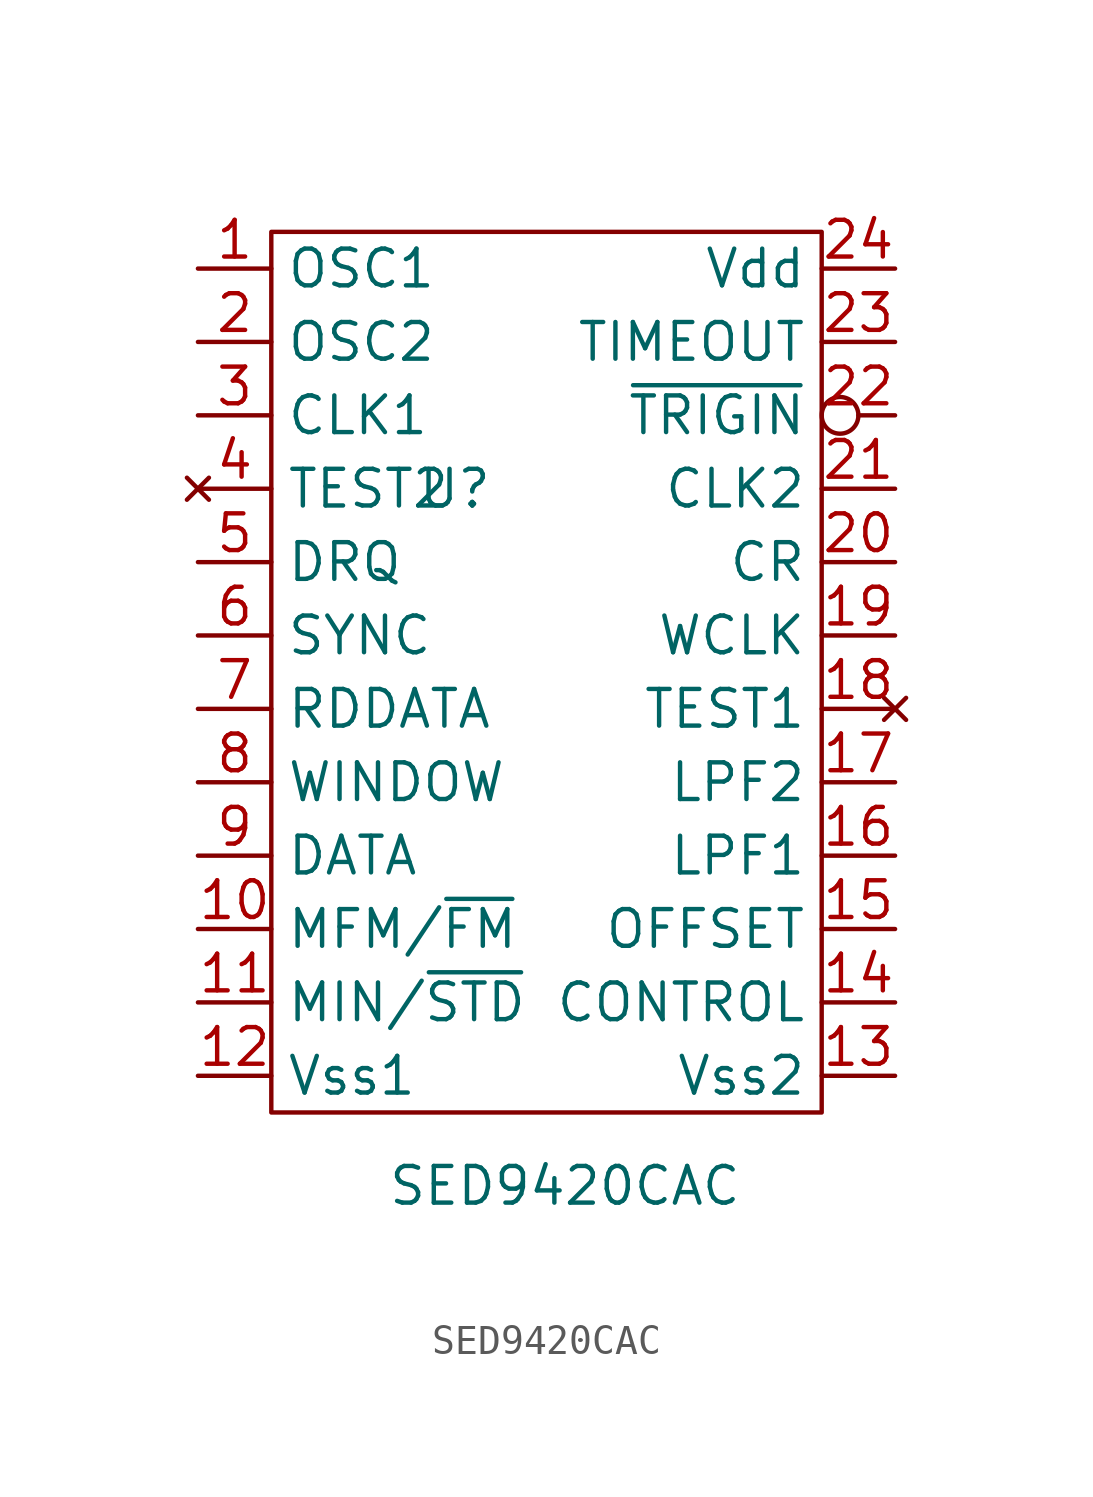
<source format=kicad_sym>
(kicad_symbol_lib
  (version 20211014)
  (generator kicad_symbol_editor)
  (symbol "SED9420CAC"
    (property "Reference" "U"
      (at -3.81 6.35 0)
      (effects (font (size 1.27 1.27))))
    (property "Value" "SED9420CAC"
      (at 0 -17.78 0)
      (effects (font (size 1.27 1.27))))
    (symbol "SED9420CAC_0_1"
      (rectangle (start -10.16 15.24) (end 8.89 -15.24) (stroke (width 0) (type default) (color 0 0 0 0)) (fill (type none))))
    (symbol "SED9420CAC_1_1"
      (pin input line (at -12.7 13.97 0) (length 2.54) (name "OSC1" (effects (font (size 1.27 1.27)))) (number "1" (effects (font (size 1.27 1.27)))))
      (pin input line (at -12.7 -8.89 0) (length 2.54) (name "MFM/~{FM}" (effects (font (size 1.27 1.27)))) (number "10" (effects (font (size 1.27 1.27)))))
      (pin input line (at -12.7 -11.43 0) (length 2.54) (name "MIN/~{STD}" (effects (font (size 1.27 1.27)))) (number "11" (effects (font (size 1.27 1.27)))))
      (pin power_in line (at -12.7 -13.97 0) (length 2.54) (name "Vss1" (effects (font (size 1.27 1.27)))) (number "12" (effects (font (size 1.27 1.27)))))
      (pin power_in line (at 11.43 -13.97 180) (length 2.54) (name "Vss2" (effects (font (size 1.27 1.27)))) (number "13" (effects (font (size 1.27 1.27)))))
      (pin bidirectional line (at 11.43 -11.43 180) (length 2.54) (name "CONTROL" (effects (font (size 1.27 1.27)))) (number "14" (effects (font (size 1.27 1.27)))))
      (pin input line (at 11.43 -8.89 180) (length 2.54) (name "OFFSET" (effects (font (size 1.27 1.27)))) (number "15" (effects (font (size 1.27 1.27)))))
      (pin input line (at 11.43 -6.35 180) (length 2.54) (name "LPF1" (effects (font (size 1.27 1.27)))) (number "16" (effects (font (size 1.27 1.27)))))
      (pin input line (at 11.43 -3.81 180) (length 2.54) (name "LPF2" (effects (font (size 1.27 1.27)))) (number "17" (effects (font (size 1.27 1.27)))))
      (pin no_connect line (at 11.43 -1.27 180) (length 2.54) (name "TEST1" (effects (font (size 1.27 1.27)))) (number "18" (effects (font (size 1.27 1.27)))))
      (pin output line (at 11.43 1.27 180) (length 2.54) (name "WCLK" (effects (font (size 1.27 1.27)))) (number "19" (effects (font (size 1.27 1.27)))))
      (pin input line (at -12.7 11.43 0) (length 2.54) (name "OSC2" (effects (font (size 1.27 1.27)))) (number "2" (effects (font (size 1.27 1.27)))))
      (pin input line (at 11.43 3.81 180) (length 2.54) (name "CR" (effects (font (size 1.27 1.27)))) (number "20" (effects (font (size 1.27 1.27)))))
      (pin output line (at 11.43 6.35 180) (length 2.54) (name "CLK2" (effects (font (size 1.27 1.27)))) (number "21" (effects (font (size 1.27 1.27)))))
      (pin input inverted (at 11.43 8.89 180) (length 2.54) (name "~{TRIGIN}" (effects (font (size 1.27 1.27)))) (number "22" (effects (font (size 1.27 1.27)))))
      (pin output line (at 11.43 11.43 180) (length 2.54) (name "TIMEOUT" (effects (font (size 1.27 1.27)))) (number "23" (effects (font (size 1.27 1.27)))))
      (pin power_in line (at 11.43 13.97 180) (length 2.54) (name "Vdd" (effects (font (size 1.27 1.27)))) (number "24" (effects (font (size 1.27 1.27)))))
      (pin output line (at -12.7 8.89 0) (length 2.54) (name "CLK1" (effects (font (size 1.27 1.27)))) (number "3" (effects (font (size 1.27 1.27)))))
      (pin no_connect line (at -12.7 6.35 0) (length 2.54) (name "TEST2" (effects (font (size 1.27 1.27)))) (number "4" (effects (font (size 1.27 1.27)))))
      (pin input line (at -12.7 3.81 0) (length 2.54) (name "DRQ" (effects (font (size 1.27 1.27)))) (number "5" (effects (font (size 1.27 1.27)))))
      (pin input line (at -12.7 1.27 0) (length 2.54) (name "SYNC" (effects (font (size 1.27 1.27)))) (number "6" (effects (font (size 1.27 1.27)))))
      (pin input line (at -12.7 -1.27 0) (length 2.54) (name "RDDATA" (effects (font (size 1.27 1.27)))) (number "7" (effects (font (size 1.27 1.27)))))
      (pin output line (at -12.7 -3.81 0) (length 2.54) (name "WINDOW" (effects (font (size 1.27 1.27)))) (number "8" (effects (font (size 1.27 1.27)))))
      (pin output line (at -12.7 -6.35 0) (length 2.54) (name "DATA" (effects (font (size 1.27 1.27)))) (number "9" (effects (font (size 1.27 1.27))))))))
</source>
